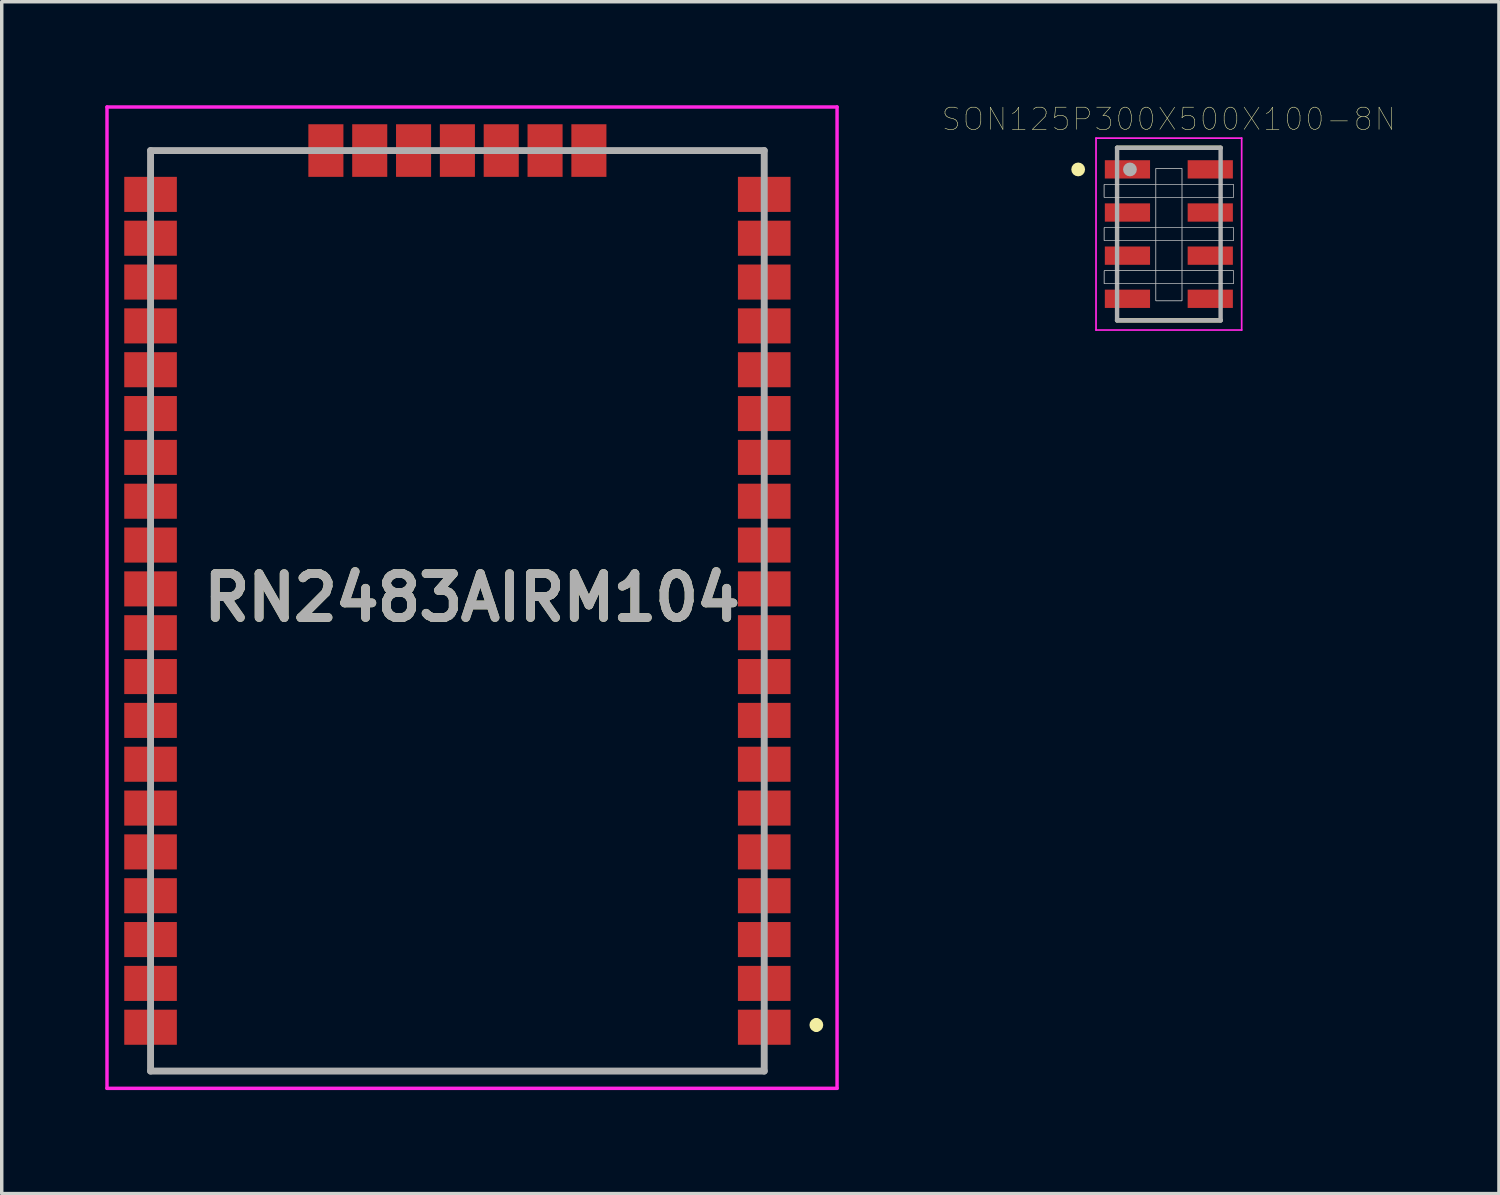
<source format=kicad_pcb>
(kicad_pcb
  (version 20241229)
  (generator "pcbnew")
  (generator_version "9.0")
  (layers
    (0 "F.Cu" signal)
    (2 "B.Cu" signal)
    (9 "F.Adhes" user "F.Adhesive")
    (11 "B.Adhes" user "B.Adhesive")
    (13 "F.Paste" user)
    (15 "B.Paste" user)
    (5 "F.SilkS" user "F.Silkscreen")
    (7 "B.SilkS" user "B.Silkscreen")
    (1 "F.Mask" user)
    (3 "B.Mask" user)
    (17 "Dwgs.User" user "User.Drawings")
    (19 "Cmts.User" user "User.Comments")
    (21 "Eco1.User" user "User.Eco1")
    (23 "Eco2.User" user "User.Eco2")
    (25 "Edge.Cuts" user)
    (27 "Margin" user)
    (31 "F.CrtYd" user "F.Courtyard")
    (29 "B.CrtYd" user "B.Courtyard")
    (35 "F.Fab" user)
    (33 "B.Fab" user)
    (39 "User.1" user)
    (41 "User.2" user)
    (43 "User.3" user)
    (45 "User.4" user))
  (footprint "SON125P300X500X100-8N"
    (layer "F.Cu")
    (at 30.815 3.732)
    (property "Reference" "SON125P300X500X100-8N" (at -0.000003 -3.331 0) (layer "F.SilkS") (effects (font (size 0.641 0.641) (thickness 0.015))))
    (attr through_hole)
    (fp_line (start -1.5 -2.5) (end 1.5 -2.5) (stroke (width 0.127) (type solid)) (layer "F.SilkS"))
    (fp_line (start -1.5 2.5) (end 1.5 2.5) (stroke (width 0.127) (type solid)) (layer "F.SilkS"))
    (fp_circle (center -2.627 -1.873) (end -2.527 -1.873) (stroke (width 0.2) (type solid)) (fill no) (layer "F.SilkS"))
    (fp_poly (pts (xy -1.878 -1.438) (xy 1.875 -1.438) (xy 1.875 -1.064) (xy -1.878 -1.064)) (stroke (width 0.01) (type solid)) (fill no) (layer "Dwgs.User"))
    (fp_poly (pts (xy -1.877 -1.438) (xy 1.875 -1.438) (xy 1.875 -1.064) (xy -1.877 -1.064)) (stroke (width 0.01) (type solid)) (fill no) (layer "Dwgs.User"))
    (fp_poly (pts (xy -1.877 -0.188) (xy 1.875 -0.188) (xy 1.875 0.188) (xy -1.877 0.188)) (stroke (width 0.01) (type solid)) (fill no) (layer "Dwgs.User"))
    (fp_poly (pts (xy -1.877 1.062) (xy 1.875 1.062) (xy 1.875 1.439) (xy -1.877 1.439)) (stroke (width 0.01) (type solid)) (fill no) (layer "Dwgs.User"))
    (fp_poly (pts (xy -1.877 -1.438) (xy 1.875 -1.438) (xy 1.875 -1.063) (xy -1.877 -1.063)) (stroke (width 0.01) (type solid)) (fill no) (layer "Dwgs.User"))
    (fp_poly (pts (xy -1.877 -0.188) (xy 1.875 -0.188) (xy 1.875 0.188) (xy -1.877 0.188)) (stroke (width 0.01) (type solid)) (fill no) (layer "Dwgs.User"))
    (fp_poly (pts (xy -1.877 1.062) (xy 1.875 1.062) (xy 1.875 1.439) (xy -1.877 1.439)) (stroke (width 0.01) (type solid)) (fill no) (layer "Dwgs.User"))
    (fp_poly (pts (xy -1.876 -0.188) (xy 1.875 -0.188) (xy 1.875 0.188) (xy -1.876 0.188)) (stroke (width 0.01) (type solid)) (fill no) (layer "Dwgs.User"))
    (fp_poly (pts (xy -1.875 1.062) (xy 1.875 1.062) (xy 1.875 1.438) (xy -1.875 1.438)) (stroke (width 0.01) (type solid)) (fill no) (layer "Dwgs.User"))
    (fp_poly (pts (xy -0.376 -1.905) (xy 0.381 -1.905) (xy 0.381 1.937) (xy -0.376 1.937)) (stroke (width 0.01) (type solid)) (fill no) (layer "Dwgs.User"))
    (fp_poly (pts (xy -0.375 -1.905) (xy 0.381 -1.905) (xy 0.381 1.936) (xy -0.375 1.936)) (stroke (width 0.01) (type solid)) (fill no) (layer "Dwgs.User"))
    (fp_poly (pts (xy -0.375 -1.905) (xy 0.381 -1.905) (xy 0.381 1.934) (xy -0.375 1.934)) (stroke (width 0.01) (type solid)) (fill no) (layer "Dwgs.User"))
    (fp_line (start -2.11 -2.78) (end -2.11 2.78) (stroke (width 0.05) (type solid)) (layer "F.CrtYd"))
    (fp_line (start -2.11 2.78) (end 2.11 2.78) (stroke (width 0.05) (type solid)) (layer "F.CrtYd"))
    (fp_line (start 2.11 -2.78) (end -2.11 -2.78) (stroke (width 0.05) (type solid)) (layer "F.CrtYd"))
    (fp_line (start 2.11 2.78) (end 2.11 -2.78) (stroke (width 0.05) (type solid)) (layer "F.CrtYd"))
    (fp_line (start -1.5 -2.5) (end -1.5 2.5) (stroke (width 0.127) (type solid)) (layer "F.Fab"))
    (fp_line (start -1.5 2.5) (end 1.5 2.5) (stroke (width 0.127) (type solid)) (layer "F.Fab"))
    (fp_line (start 1.5 -2.5) (end -1.5 -2.5) (stroke (width 0.127) (type solid)) (layer "F.Fab"))
    (fp_line (start 1.5 2.5) (end 1.5 -2.5) (stroke (width 0.127) (type solid)) (layer "F.Fab"))
    (fp_circle (center -1.127 -1.873) (end -1.027 -1.873) (stroke (width 0.2) (type solid)) (fill no) (layer "F.Fab"))
    (pad "1" smd rect (at -1.2 -1.875) (size 1.31 0.53) (layers "F.Cu" "F.Mask" "F.Paste"))
    (pad "2" smd rect (at -1.2 -0.625) (size 1.31 0.53) (layers "F.Cu" "F.Mask" "F.Paste"))
    (pad "3" smd rect (at -1.2 0.625) (size 1.31 0.53) (layers "F.Cu" "F.Mask" "F.Paste"))
    (pad "4" smd rect (at -1.2 1.875) (size 1.31 0.53) (layers "F.Cu" "F.Mask" "F.Paste"))
    (pad "5" smd rect (at 1.2 1.875) (size 1.31 0.53) (layers "F.Cu" "F.Mask" "F.Paste"))
    (pad "6" smd rect (at 1.2 0.625) (size 1.31 0.53) (layers "F.Cu" "F.Mask" "F.Paste"))
    (pad "7" smd rect (at 1.2 -0.625) (size 1.31 0.53) (layers "F.Cu" "F.Mask" "F.Paste"))
    (pad "8" smd rect (at 1.2 -1.875) (size 1.31 0.53) (layers "F.Cu" "F.Mask" "F.Paste")))
  (footprint "RN2483AIRM104"
    (layer "F.Cu")
    (at 10.202 14.647)
    (property "Reference" "RN2483AIRM104" (at 0.424 -0.381 0) (layer "F.SilkS") (effects (font (size 1.27 1.27) (thickness 0.254))))
    (attr smd)
    (fp_line (start -8.89 -13.335) (end -8.89 -13) (stroke (width 0.1) (type solid)) (layer "F.SilkS"))
    (fp_line (start -8.89 13) (end -8.89 13.335) (stroke (width 0.1) (type solid)) (layer "F.SilkS"))
    (fp_line (start -8.89 13.335) (end 8.89 13.335) (stroke (width 0.1) (type solid)) (layer "F.SilkS"))
    (fp_line (start -5 -13.335) (end -8.89 -13.335) (stroke (width 0.1) (type solid)) (layer "F.SilkS"))
    (fp_line (start 5 -13.335) (end 8.89 -13.335) (stroke (width 0.1) (type solid)) (layer "F.SilkS"))
    (fp_line (start 8.89 -13.335) (end 8.89 -13) (stroke (width 0.1) (type solid)) (layer "F.SilkS"))
    (fp_line (start 8.89 13.335) (end 8.89 13) (stroke (width 0.1) (type solid)) (layer "F.SilkS"))
    (fp_line (start 10.4 11.9) (end 10.4 11.9) (stroke (width 0.2) (type solid)) (layer "F.SilkS"))
    (fp_line (start 10.4 12.1) (end 10.4 12.1) (stroke (width 0.2) (type solid)) (layer "F.SilkS"))
    (fp_arc (start 10.4 11.9) (mid 10.5 12) (end 10.4 12.1) (stroke (width 0.2) (type solid)) (layer "F.SilkS"))
    (fp_arc (start 10.4 12.1) (mid 10.3 12) (end 10.4 11.9) (stroke (width 0.2) (type solid)) (layer "F.SilkS"))
    (fp_line (start -10.152 -14.597) (end 11 -14.597) (stroke (width 0.1) (type solid)) (layer "F.CrtYd"))
    (fp_line (start -10.152 13.835) (end -10.152 -14.597) (stroke (width 0.1) (type solid)) (layer "F.CrtYd"))
    (fp_line (start 11 -14.597) (end 11 13.835) (stroke (width 0.1) (type solid)) (layer "F.CrtYd"))
    (fp_line (start 11 13.835) (end -10.152 13.835) (stroke (width 0.1) (type solid)) (layer "F.CrtYd"))
    (fp_line (start -8.89 -13.335) (end 8.89 -13.335) (stroke (width 0.2) (type solid)) (layer "F.Fab"))
    (fp_line (start -8.89 13.335) (end -8.89 -13.335) (stroke (width 0.2) (type solid)) (layer "F.Fab"))
    (fp_line (start 8.89 -13.335) (end 8.89 13.335) (stroke (width 0.2) (type solid)) (layer "F.Fab"))
    (fp_line (start 8.89 13.335) (end -8.89 13.335) (stroke (width 0.2) (type solid)) (layer "F.Fab"))
    (fp_text user "${REFERENCE}" (at 0.424 -0.381 0) (layer "F.Fab") (effects (font (size 1.27 1.27) (thickness 0.254))))
    (pad "1" smd rect (at 8.89 12.065 90) (size 1.016 1.524) (layers "F.Cu" "F.Mask" "F.Paste"))
    (pad "2" smd rect (at 8.89 10.795 90) (size 1.016 1.524) (layers "F.Cu" "F.Mask" "F.Paste"))
    (pad "3" smd rect (at 8.89 9.525 90) (size 1.016 1.524) (layers "F.Cu" "F.Mask" "F.Paste"))
    (pad "4" smd rect (at 8.89 8.255 90) (size 1.016 1.524) (layers "F.Cu" "F.Mask" "F.Paste"))
    (pad "5" smd rect (at 8.89 6.985 90) (size 1.016 1.524) (layers "F.Cu" "F.Mask" "F.Paste"))
    (pad "6" smd rect (at 8.89 5.715 90) (size 1.016 1.524) (layers "F.Cu" "F.Mask" "F.Paste"))
    (pad "7" smd rect (at 8.89 4.445 90) (size 1.016 1.524) (layers "F.Cu" "F.Mask" "F.Paste"))
    (pad "8" smd rect (at 8.89 3.175 90) (size 1.016 1.524) (layers "F.Cu" "F.Mask" "F.Paste"))
    (pad "9" smd rect (at 8.89 1.905 90) (size 1.016 1.524) (layers "F.Cu" "F.Mask" "F.Paste"))
    (pad "10" smd rect (at 8.89 0.635 90) (size 1.016 1.524) (layers "F.Cu" "F.Mask" "F.Paste"))
    (pad "11" smd rect (at 8.89 -0.635 90) (size 1.016 1.524) (layers "F.Cu" "F.Mask" "F.Paste"))
    (pad "12" smd rect (at 8.89 -1.905 90) (size 1.016 1.524) (layers "F.Cu" "F.Mask" "F.Paste"))
    (pad "13" smd rect (at 8.89 -3.175 90) (size 1.016 1.524) (layers "F.Cu" "F.Mask" "F.Paste"))
    (pad "14" smd rect (at 8.89 -4.445 90) (size 1.016 1.524) (layers "F.Cu" "F.Mask" "F.Paste"))
    (pad "15" smd rect (at 8.89 -5.715 90) (size 1.016 1.524) (layers "F.Cu" "F.Mask" "F.Paste"))
    (pad "16" smd rect (at 8.89 -6.985 90) (size 1.016 1.524) (layers "F.Cu" "F.Mask" "F.Paste"))
    (pad "17" smd rect (at 8.89 -8.255 90) (size 1.016 1.524) (layers "F.Cu" "F.Mask" "F.Paste"))
    (pad "18" smd rect (at 8.89 -9.525 90) (size 1.016 1.524) (layers "F.Cu" "F.Mask" "F.Paste"))
    (pad "19" smd rect (at 8.89 -10.795 90) (size 1.016 1.524) (layers "F.Cu" "F.Mask" "F.Paste"))
    (pad "20" smd rect (at 8.89 -12.065 90) (size 1.016 1.524) (layers "F.Cu" "F.Mask" "F.Paste"))
    (pad "21" smd rect (at 3.81 -13.335) (size 1.016 1.524) (layers "F.Cu" "F.Mask" "F.Paste"))
    (pad "22" smd rect (at 2.54 -13.335) (size 1.016 1.524) (layers "F.Cu" "F.Mask" "F.Paste"))
    (pad "23" smd rect (at 1.27 -13.335) (size 1.016 1.524) (layers "F.Cu" "F.Mask" "F.Paste"))
    (pad "24" smd rect (at 0 -13.335) (size 1.016 1.524) (layers "F.Cu" "F.Mask" "F.Paste"))
    (pad "25" smd rect (at -1.27 -13.335) (size 1.016 1.524) (layers "F.Cu" "F.Mask" "F.Paste"))
    (pad "26" smd rect (at -2.54 -13.335) (size 1.016 1.524) (layers "F.Cu" "F.Mask" "F.Paste"))
    (pad "27" smd rect (at -3.81 -13.335) (size 1.016 1.524) (layers "F.Cu" "F.Mask" "F.Paste"))
    (pad "28" smd rect (at -8.89 -12.065 90) (size 1.016 1.524) (layers "F.Cu" "F.Mask" "F.Paste"))
    (pad "29" smd rect (at -8.89 -10.795 90) (size 1.016 1.524) (layers "F.Cu" "F.Mask" "F.Paste"))
    (pad "30" smd rect (at -8.89 -9.525 90) (size 1.016 1.524) (layers "F.Cu" "F.Mask" "F.Paste"))
    (pad "31" smd rect (at -8.89 -8.255 90) (size 1.016 1.524) (layers "F.Cu" "F.Mask" "F.Paste"))
    (pad "32" smd rect (at -8.89 -6.985 90) (size 1.016 1.524) (layers "F.Cu" "F.Mask" "F.Paste"))
    (pad "33" smd rect (at -8.89 -5.715 90) (size 1.016 1.524) (layers "F.Cu" "F.Mask" "F.Paste"))
    (pad "34" smd rect (at -8.89 -4.445 90) (size 1.016 1.524) (layers "F.Cu" "F.Mask" "F.Paste"))
    (pad "35" smd rect (at -8.89 -3.175 90) (size 1.016 1.524) (layers "F.Cu" "F.Mask" "F.Paste"))
    (pad "36" smd rect (at -8.89 -1.905 90) (size 1.016 1.524) (layers "F.Cu" "F.Mask" "F.Paste"))
    (pad "37" smd rect (at -8.89 -0.635 90) (size 1.016 1.524) (layers "F.Cu" "F.Mask" "F.Paste"))
    (pad "38" smd rect (at -8.89 0.635 90) (size 1.016 1.524) (layers "F.Cu" "F.Mask" "F.Paste"))
    (pad "39" smd rect (at -8.89 1.905 90) (size 1.016 1.524) (layers "F.Cu" "F.Mask" "F.Paste"))
    (pad "40" smd rect (at -8.89 3.175 90) (size 1.016 1.524) (layers "F.Cu" "F.Mask" "F.Paste"))
    (pad "41" smd rect (at -8.89 4.445 90) (size 1.016 1.524) (layers "F.Cu" "F.Mask" "F.Paste"))
    (pad "42" smd rect (at -8.89 5.715 90) (size 1.016 1.524) (layers "F.Cu" "F.Mask" "F.Paste"))
    (pad "43" smd rect (at -8.89 6.985 90) (size 1.016 1.524) (layers "F.Cu" "F.Mask" "F.Paste"))
    (pad "44" smd rect (at -8.89 8.255 90) (size 1.016 1.524) (layers "F.Cu" "F.Mask" "F.Paste"))
    (pad "45" smd rect (at -8.89 9.525 90) (size 1.016 1.524) (layers "F.Cu" "F.Mask" "F.Paste"))
    (pad "46" smd rect (at -8.89 10.795 90) (size 1.016 1.524) (layers "F.Cu" "F.Mask" "F.Paste"))
    (pad "47" smd rect (at -8.89 12.065 90) (size 1.016 1.524) (layers "F.Cu" "F.Mask" "F.Paste")))
  (gr_rect
    (start -3 -3)
    (end 40.379 31.532)
    (stroke (width 0.1) (type default))
    (fill no)
    (layer "Edge.Cuts")))
</source>
